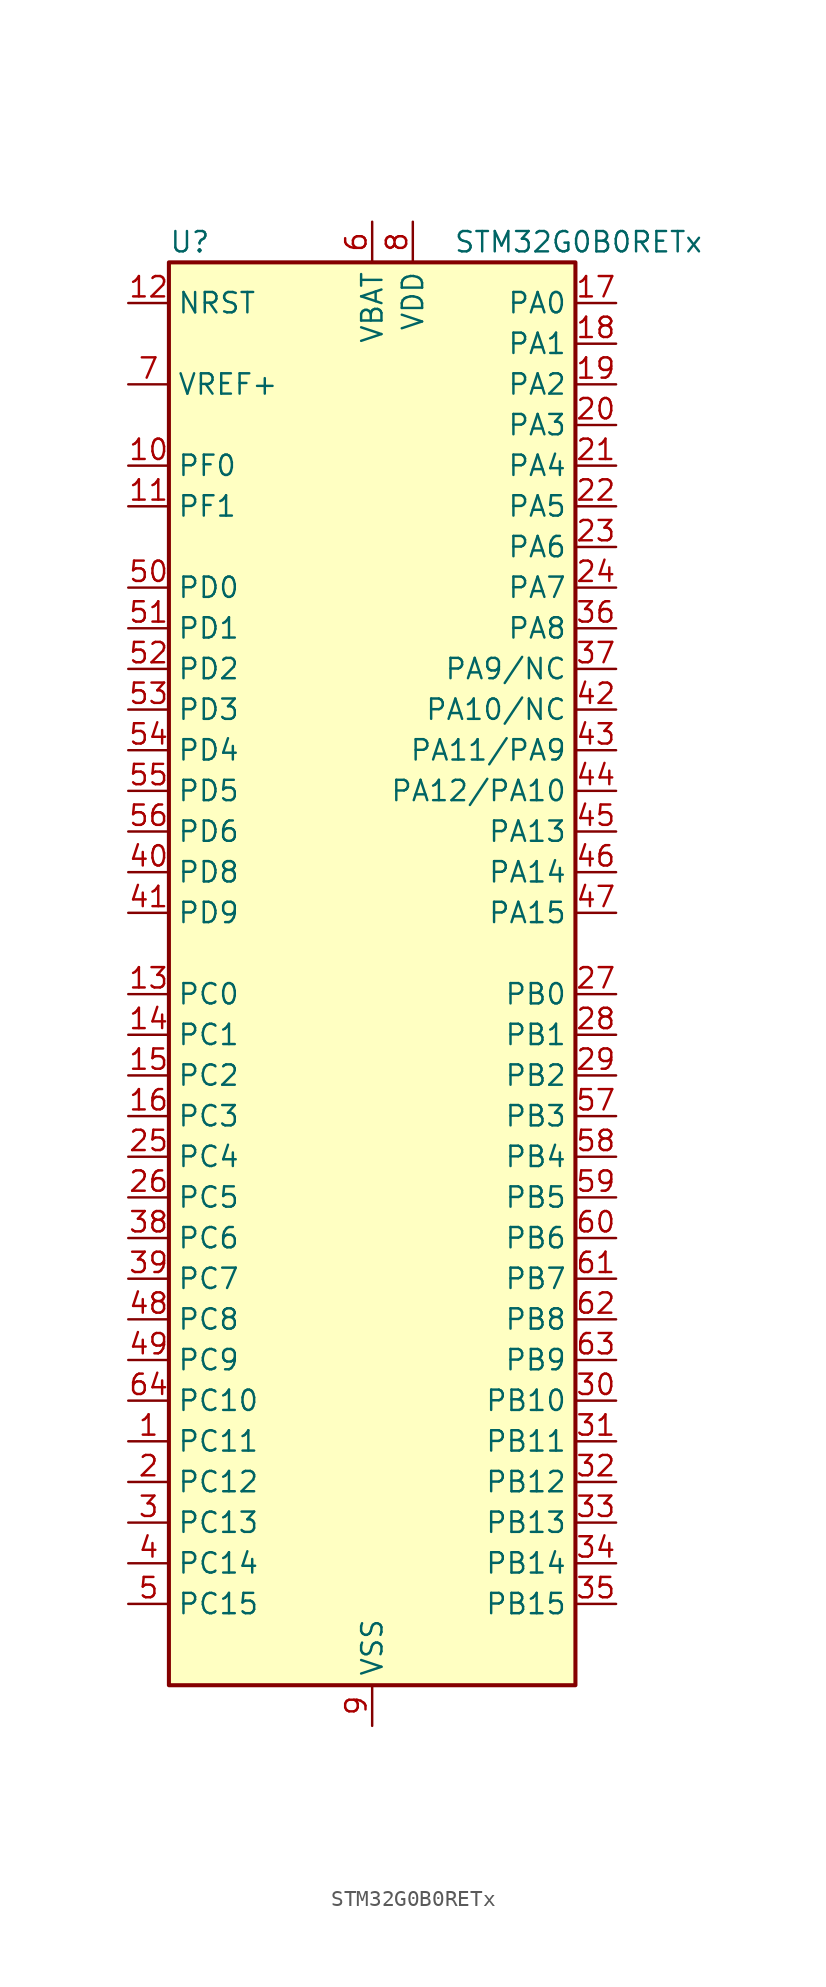
<source format=kicad_sym>
(kicad_symbol_lib
  (version 20231120)
  (generator "kicad_symbol_editor")
  (generator_version "8.0")
  (symbol "STM32G0B0RETx"
    (property "Reference" "U"
      (at -12.7 46.99 0)
      (effects (font (size 1.27 1.27)) (justify left)))
    (property "Value" "STM32G0B0RETx"
      (at 5.08 46.99 0)
      (effects (font (size 1.27 1.27)) (justify left)))
    (property "ki_locked" ""
      (at 0 0 0)
      (effects (font (size 1.27 1.27))))
    (symbol "STM32G0B0RETx_0_1"
      (rectangle (start -12.7 -43.18) (end 12.7 45.72) (stroke (width 0.254) (type default)) (fill (type background))))
    (symbol "STM32G0B0RETx_1_1"
      (pin bidirectional line (at -15.24 -27.94 0) (length 2.54) (name "PC11" (effects (font (size 1.27 1.27)))) (number "1" (effects (font (size 1.27 1.27)))) (alternate "ADC1_EXTI11" bidirectional line) (alternate "SPI3_MISO" bidirectional line) (alternate "TIM1_CH4" bidirectional line) (alternate "USART3_RX" bidirectional line) (alternate "USART4_RX" bidirectional line))
      (pin bidirectional line (at -15.24 33.02 0) (length 2.54) (name "PF0" (effects (font (size 1.27 1.27)))) (number "10" (effects (font (size 1.27 1.27)))) (alternate "CRS1_SYNC" bidirectional line) (alternate "RCC_OSC_IN" bidirectional line) (alternate "TIM14_CH1" bidirectional line))
      (pin bidirectional line (at -15.24 30.48 0) (length 2.54) (name "PF1" (effects (font (size 1.27 1.27)))) (number "11" (effects (font (size 1.27 1.27)))) (alternate "RCC_OSC_EN" bidirectional line) (alternate "RCC_OSC_OUT" bidirectional line) (alternate "TIM15_CH1N" bidirectional line))
      (pin input line (at -15.24 43.18 0) (length 2.54) (name "NRST" (effects (font (size 1.27 1.27)))) (number "12" (effects (font (size 1.27 1.27)))))
      (pin bidirectional line (at -15.24 0 0) (length 2.54) (name "PC0" (effects (font (size 1.27 1.27)))) (number "13" (effects (font (size 1.27 1.27)))) (alternate "I2C3_SCL" bidirectional line) (alternate "USART6_TX" bidirectional line))
      (pin bidirectional line (at -15.24 -2.54 0) (length 2.54) (name "PC1" (effects (font (size 1.27 1.27)))) (number "14" (effects (font (size 1.27 1.27)))) (alternate "I2C3_SDA" bidirectional line) (alternate "TIM15_CH1" bidirectional line) (alternate "USART6_RX" bidirectional line))
      (pin bidirectional line (at -15.24 -5.08 0) (length 2.54) (name "PC2" (effects (font (size 1.27 1.27)))) (number "15" (effects (font (size 1.27 1.27)))) (alternate "I2S2_MCK" bidirectional line) (alternate "SPI2_MISO" bidirectional line) (alternate "TIM15_CH2" bidirectional line))
      (pin bidirectional line (at -15.24 -7.62 0) (length 2.54) (name "PC3" (effects (font (size 1.27 1.27)))) (number "16" (effects (font (size 1.27 1.27)))) (alternate "I2S2_SD" bidirectional line) (alternate "SPI2_MOSI" bidirectional line))
      (pin bidirectional line (at 15.24 43.18 180) (length 2.54) (name "PA0" (effects (font (size 1.27 1.27)))) (number "17" (effects (font (size 1.27 1.27)))) (alternate "ADC1_IN0" bidirectional line) (alternate "I2S2_CK" bidirectional line) (alternate "RTC_TAMP_IN2" bidirectional line) (alternate "SPI2_SCK" bidirectional line) (alternate "SYS_WKUP1" bidirectional line) (alternate "USART2_CTS" bidirectional line) (alternate "USART2_NSS" bidirectional line) (alternate "USART4_TX" bidirectional line))
      (pin bidirectional line (at 15.24 40.64 180) (length 2.54) (name "PA1" (effects (font (size 1.27 1.27)))) (number "18" (effects (font (size 1.27 1.27)))) (alternate "ADC1_IN1" bidirectional line) (alternate "I2C1_SMBA" bidirectional line) (alternate "I2S1_CK" bidirectional line) (alternate "SPI1_SCK" bidirectional line) (alternate "TIM15_CH1N" bidirectional line) (alternate "USART2_CK" bidirectional line) (alternate "USART2_DE" bidirectional line) (alternate "USART2_RTS" bidirectional line) (alternate "USART4_RX" bidirectional line))
      (pin bidirectional line (at 15.24 38.1 180) (length 2.54) (name "PA2" (effects (font (size 1.27 1.27)))) (number "19" (effects (font (size 1.27 1.27)))) (alternate "ADC1_IN2" bidirectional line) (alternate "I2S1_SD" bidirectional line) (alternate "RCC_LSCO" bidirectional line) (alternate "SPI1_MOSI" bidirectional line) (alternate "SYS_WKUP4" bidirectional line) (alternate "TIM15_CH1" bidirectional line) (alternate "USART2_TX" bidirectional line))
      (pin bidirectional line (at -15.24 -30.48 0) (length 2.54) (name "PC12" (effects (font (size 1.27 1.27)))) (number "2" (effects (font (size 1.27 1.27)))) (alternate "SPI3_MOSI" bidirectional line) (alternate "TIM14_CH1" bidirectional line) (alternate "USART5_TX" bidirectional line))
      (pin bidirectional line (at 15.24 35.56 180) (length 2.54) (name "PA3" (effects (font (size 1.27 1.27)))) (number "20" (effects (font (size 1.27 1.27)))) (alternate "ADC1_IN3" bidirectional line) (alternate "I2S2_MCK" bidirectional line) (alternate "SPI2_MISO" bidirectional line) (alternate "TIM15_CH2" bidirectional line) (alternate "USART2_RX" bidirectional line))
      (pin bidirectional line (at 15.24 33.02 180) (length 2.54) (name "PA4" (effects (font (size 1.27 1.27)))) (number "21" (effects (font (size 1.27 1.27)))) (alternate "ADC1_IN4" bidirectional line) (alternate "I2S1_WS" bidirectional line) (alternate "I2S2_SD" bidirectional line) (alternate "RTC_OUT2" bidirectional line) (alternate "SPI1_NSS" bidirectional line) (alternate "SPI2_MOSI" bidirectional line) (alternate "SPI3_NSS" bidirectional line) (alternate "TIM14_CH1" bidirectional line) (alternate "USART6_TX" bidirectional line) (alternate "USB_NOE" bidirectional line))
      (pin bidirectional line (at 15.24 30.48 180) (length 2.54) (name "PA5" (effects (font (size 1.27 1.27)))) (number "22" (effects (font (size 1.27 1.27)))) (alternate "ADC1_IN5" bidirectional line) (alternate "I2S1_CK" bidirectional line) (alternate "SPI1_SCK" bidirectional line) (alternate "USART3_TX" bidirectional line) (alternate "USART6_RX" bidirectional line))
      (pin bidirectional line (at 15.24 27.94 180) (length 2.54) (name "PA6" (effects (font (size 1.27 1.27)))) (number "23" (effects (font (size 1.27 1.27)))) (alternate "ADC1_IN6" bidirectional line) (alternate "I2C2_SDA" bidirectional line) (alternate "I2C3_SDA" bidirectional line) (alternate "I2S1_MCK" bidirectional line) (alternate "SPI1_MISO" bidirectional line) (alternate "TIM16_CH1" bidirectional line) (alternate "TIM1_BK" bidirectional line) (alternate "TIM3_CH1" bidirectional line) (alternate "USART3_CTS" bidirectional line) (alternate "USART3_NSS" bidirectional line) (alternate "USART6_CTS" bidirectional line) (alternate "USART6_NSS" bidirectional line))
      (pin bidirectional line (at 15.24 25.4 180) (length 2.54) (name "PA7" (effects (font (size 1.27 1.27)))) (number "24" (effects (font (size 1.27 1.27)))) (alternate "ADC1_IN7" bidirectional line) (alternate "I2C2_SCL" bidirectional line) (alternate "I2C3_SCL" bidirectional line) (alternate "I2S1_SD" bidirectional line) (alternate "SPI1_MOSI" bidirectional line) (alternate "TIM14_CH1" bidirectional line) (alternate "TIM17_CH1" bidirectional line) (alternate "TIM1_CH1N" bidirectional line) (alternate "TIM3_CH2" bidirectional line) (alternate "USART6_CK" bidirectional line) (alternate "USART6_DE" bidirectional line) (alternate "USART6_RTS" bidirectional line))
      (pin bidirectional line (at -15.24 -10.16 0) (length 2.54) (name "PC4" (effects (font (size 1.27 1.27)))) (number "25" (effects (font (size 1.27 1.27)))) (alternate "ADC1_IN17" bidirectional line) (alternate "USART1_TX" bidirectional line) (alternate "USART3_TX" bidirectional line))
      (pin bidirectional line (at -15.24 -12.7 0) (length 2.54) (name "PC5" (effects (font (size 1.27 1.27)))) (number "26" (effects (font (size 1.27 1.27)))) (alternate "ADC1_IN18" bidirectional line) (alternate "SYS_WKUP5" bidirectional line) (alternate "USART1_RX" bidirectional line) (alternate "USART3_RX" bidirectional line))
      (pin bidirectional line (at 15.24 0 180) (length 2.54) (name "PB0" (effects (font (size 1.27 1.27)))) (number "27" (effects (font (size 1.27 1.27)))) (alternate "ADC1_IN8" bidirectional line) (alternate "I2S1_WS" bidirectional line) (alternate "SPI1_NSS" bidirectional line) (alternate "TIM1_CH2N" bidirectional line) (alternate "TIM3_CH3" bidirectional line) (alternate "USART3_RX" bidirectional line) (alternate "USART5_TX" bidirectional line))
      (pin bidirectional line (at 15.24 -2.54 180) (length 2.54) (name "PB1" (effects (font (size 1.27 1.27)))) (number "28" (effects (font (size 1.27 1.27)))) (alternate "ADC1_IN9" bidirectional line) (alternate "TIM14_CH1" bidirectional line) (alternate "TIM1_CH3N" bidirectional line) (alternate "TIM3_CH4" bidirectional line) (alternate "USART3_CK" bidirectional line) (alternate "USART3_DE" bidirectional line) (alternate "USART3_RTS" bidirectional line) (alternate "USART5_RX" bidirectional line))
      (pin bidirectional line (at 15.24 -5.08 180) (length 2.54) (name "PB2" (effects (font (size 1.27 1.27)))) (number "29" (effects (font (size 1.27 1.27)))) (alternate "ADC1_IN10" bidirectional line) (alternate "I2S2_MCK" bidirectional line) (alternate "RCC_MCO_2" bidirectional line) (alternate "SPI2_MISO" bidirectional line) (alternate "USART3_TX" bidirectional line))
      (pin bidirectional line (at -15.24 -33.02 0) (length 2.54) (name "PC13" (effects (font (size 1.27 1.27)))) (number "3" (effects (font (size 1.27 1.27)))) (alternate "RTC_OUT1" bidirectional line) (alternate "RTC_TAMP_IN1" bidirectional line) (alternate "RTC_TS" bidirectional line) (alternate "SYS_WKUP2" bidirectional line) (alternate "TIM1_BK" bidirectional line))
      (pin bidirectional line (at 15.24 -25.4 180) (length 2.54) (name "PB10" (effects (font (size 1.27 1.27)))) (number "30" (effects (font (size 1.27 1.27)))) (alternate "ADC1_IN11" bidirectional line) (alternate "I2C2_SCL" bidirectional line) (alternate "I2S2_CK" bidirectional line) (alternate "SPI2_SCK" bidirectional line) (alternate "USART3_TX" bidirectional line))
      (pin bidirectional line (at 15.24 -27.94 180) (length 2.54) (name "PB11" (effects (font (size 1.27 1.27)))) (number "31" (effects (font (size 1.27 1.27)))) (alternate "ADC1_EXTI11" bidirectional line) (alternate "ADC1_IN15" bidirectional line) (alternate "I2C2_SDA" bidirectional line) (alternate "I2S2_SD" bidirectional line) (alternate "SPI2_MOSI" bidirectional line) (alternate "USART3_RX" bidirectional line))
      (pin bidirectional line (at 15.24 -30.48 180) (length 2.54) (name "PB12" (effects (font (size 1.27 1.27)))) (number "32" (effects (font (size 1.27 1.27)))) (alternate "ADC1_IN16" bidirectional line) (alternate "I2C2_SMBA" bidirectional line) (alternate "I2S2_WS" bidirectional line) (alternate "SPI2_NSS" bidirectional line) (alternate "TIM15_BK" bidirectional line) (alternate "TIM1_BK" bidirectional line))
      (pin bidirectional line (at 15.24 -33.02 180) (length 2.54) (name "PB13" (effects (font (size 1.27 1.27)))) (number "33" (effects (font (size 1.27 1.27)))) (alternate "I2C2_SCL" bidirectional line) (alternate "I2S2_CK" bidirectional line) (alternate "SPI2_SCK" bidirectional line) (alternate "TIM15_CH1N" bidirectional line) (alternate "TIM1_CH1N" bidirectional line) (alternate "USART3_CTS" bidirectional line) (alternate "USART3_NSS" bidirectional line))
      (pin bidirectional line (at 15.24 -35.56 180) (length 2.54) (name "PB14" (effects (font (size 1.27 1.27)))) (number "34" (effects (font (size 1.27 1.27)))) (alternate "I2C2_SDA" bidirectional line) (alternate "I2S2_MCK" bidirectional line) (alternate "SPI2_MISO" bidirectional line) (alternate "TIM15_CH1" bidirectional line) (alternate "TIM1_CH2N" bidirectional line) (alternate "USART3_CK" bidirectional line) (alternate "USART3_DE" bidirectional line) (alternate "USART3_RTS" bidirectional line) (alternate "USART6_CK" bidirectional line) (alternate "USART6_DE" bidirectional line) (alternate "USART6_RTS" bidirectional line))
      (pin bidirectional line (at 15.24 -38.1 180) (length 2.54) (name "PB15" (effects (font (size 1.27 1.27)))) (number "35" (effects (font (size 1.27 1.27)))) (alternate "I2S2_SD" bidirectional line) (alternate "RTC_REFIN" bidirectional line) (alternate "SPI2_MOSI" bidirectional line) (alternate "TIM15_CH1N" bidirectional line) (alternate "TIM15_CH2" bidirectional line) (alternate "TIM1_CH3N" bidirectional line) (alternate "USART6_CTS" bidirectional line) (alternate "USART6_NSS" bidirectional line))
      (pin bidirectional line (at 15.24 22.86 180) (length 2.54) (name "PA8" (effects (font (size 1.27 1.27)))) (number "36" (effects (font (size 1.27 1.27)))) (alternate "CRS1_SYNC" bidirectional line) (alternate "I2C2_SMBA" bidirectional line) (alternate "I2S2_WS" bidirectional line) (alternate "RCC_MCO" bidirectional line) (alternate "SPI2_NSS" bidirectional line) (alternate "TIM1_CH1" bidirectional line))
      (pin bidirectional line (at 15.24 20.32 180) (length 2.54) (name "PA9/NC" (effects (font (size 1.27 1.27)))) (number "37" (effects (font (size 1.27 1.27)))) (alternate "I2C1_SCL" bidirectional line) (alternate "I2C2_SCL" bidirectional line) (alternate "I2S2_MCK" bidirectional line) (alternate "RCC_MCO" bidirectional line) (alternate "SPI2_MISO" bidirectional line) (alternate "TIM15_BK" bidirectional line) (alternate "TIM1_CH2" bidirectional line) (alternate "USART1_TX" bidirectional line))
      (pin bidirectional line (at -15.24 -15.24 0) (length 2.54) (name "PC6" (effects (font (size 1.27 1.27)))) (number "38" (effects (font (size 1.27 1.27)))) (alternate "TIM3_CH1" bidirectional line))
      (pin bidirectional line (at -15.24 -17.78 0) (length 2.54) (name "PC7" (effects (font (size 1.27 1.27)))) (number "39" (effects (font (size 1.27 1.27)))) (alternate "TIM3_CH2" bidirectional line))
      (pin bidirectional line (at -15.24 -35.56 0) (length 2.54) (name "PC14" (effects (font (size 1.27 1.27)))) (number "4" (effects (font (size 1.27 1.27)))) (alternate "RCC_OSC32_IN" bidirectional line) (alternate "TIM1_BK2" bidirectional line))
      (pin bidirectional line (at -15.24 7.62 0) (length 2.54) (name "PD8" (effects (font (size 1.27 1.27)))) (number "40" (effects (font (size 1.27 1.27)))) (alternate "I2S1_CK" bidirectional line) (alternate "SPI1_SCK" bidirectional line) (alternate "USART3_TX" bidirectional line))
      (pin bidirectional line (at -15.24 5.08 0) (length 2.54) (name "PD9" (effects (font (size 1.27 1.27)))) (number "41" (effects (font (size 1.27 1.27)))) (alternate "I2S1_WS" bidirectional line) (alternate "SPI1_NSS" bidirectional line) (alternate "TIM1_BK2" bidirectional line) (alternate "USART3_RX" bidirectional line))
      (pin bidirectional line (at 15.24 17.78 180) (length 2.54) (name "PA10/NC" (effects (font (size 1.27 1.27)))) (number "42" (effects (font (size 1.27 1.27)))) (alternate "I2C1_SDA" bidirectional line) (alternate "I2C2_SDA" bidirectional line) (alternate "I2S2_SD" bidirectional line) (alternate "RCC_MCO_2" bidirectional line) (alternate "SPI2_MOSI" bidirectional line) (alternate "TIM17_BK" bidirectional line) (alternate "TIM1_CH3" bidirectional line) (alternate "USART1_RX" bidirectional line))
      (pin bidirectional line (at 15.24 15.24 180) (length 2.54) (name "PA11/PA9" (effects (font (size 1.27 1.27)))) (number "43" (effects (font (size 1.27 1.27)))) (alternate "ADC1_EXTI11" bidirectional line) (alternate "I2C2_SCL" bidirectional line) (alternate "I2S1_MCK" bidirectional line) (alternate "SPI1_MISO" bidirectional line) (alternate "TIM1_BK2" bidirectional line) (alternate "TIM1_CH4" bidirectional line) (alternate "USART1_CTS" bidirectional line) (alternate "USART1_NSS" bidirectional line) (alternate "USB_DM" bidirectional line))
      (pin bidirectional line (at 15.24 12.7 180) (length 2.54) (name "PA12/PA10" (effects (font (size 1.27 1.27)))) (number "44" (effects (font (size 1.27 1.27)))) (alternate "I2C2_SDA" bidirectional line) (alternate "I2S1_SD" bidirectional line) (alternate "I2S_CKIN" bidirectional line) (alternate "SPI1_MOSI" bidirectional line) (alternate "TIM1_ETR" bidirectional line) (alternate "USART1_CK" bidirectional line) (alternate "USART1_DE" bidirectional line) (alternate "USART1_RTS" bidirectional line) (alternate "USB_DP" bidirectional line))
      (pin bidirectional line (at 15.24 10.16 180) (length 2.54) (name "PA13" (effects (font (size 1.27 1.27)))) (number "45" (effects (font (size 1.27 1.27)))) (alternate "IR_OUT" bidirectional line) (alternate "SYS_SWDIO" bidirectional line) (alternate "USB_NOE" bidirectional line))
      (pin bidirectional line (at 15.24 7.62 180) (length 2.54) (name "PA14" (effects (font (size 1.27 1.27)))) (number "46" (effects (font (size 1.27 1.27)))) (alternate "SYS_SWCLK" bidirectional line) (alternate "USART2_TX" bidirectional line))
      (pin bidirectional line (at 15.24 5.08 180) (length 2.54) (name "PA15" (effects (font (size 1.27 1.27)))) (number "47" (effects (font (size 1.27 1.27)))) (alternate "I2C2_SMBA" bidirectional line) (alternate "I2S1_WS" bidirectional line) (alternate "RCC_MCO_2" bidirectional line) (alternate "SPI1_NSS" bidirectional line) (alternate "SPI3_NSS" bidirectional line) (alternate "USART2_RX" bidirectional line) (alternate "USART3_CK" bidirectional line) (alternate "USART3_DE" bidirectional line) (alternate "USART3_RTS" bidirectional line) (alternate "USART4_CK" bidirectional line) (alternate "USART4_DE" bidirectional line) (alternate "USART4_RTS" bidirectional line) (alternate "USB_NOE" bidirectional line))
      (pin bidirectional line (at -15.24 -20.32 0) (length 2.54) (name "PC8" (effects (font (size 1.27 1.27)))) (number "48" (effects (font (size 1.27 1.27)))) (alternate "TIM1_CH1" bidirectional line) (alternate "TIM3_CH3" bidirectional line))
      (pin bidirectional line (at -15.24 -22.86 0) (length 2.54) (name "PC9" (effects (font (size 1.27 1.27)))) (number "49" (effects (font (size 1.27 1.27)))) (alternate "I2S_CKIN" bidirectional line) (alternate "TIM1_CH2" bidirectional line) (alternate "TIM3_CH4" bidirectional line) (alternate "USB_NOE" bidirectional line))
      (pin bidirectional line (at -15.24 -38.1 0) (length 2.54) (name "PC15" (effects (font (size 1.27 1.27)))) (number "5" (effects (font (size 1.27 1.27)))) (alternate "RCC_OSC32_EN" bidirectional line) (alternate "RCC_OSC32_OUT" bidirectional line) (alternate "RCC_OSC_EN" bidirectional line) (alternate "TIM15_BK" bidirectional line))
      (pin bidirectional line (at -15.24 25.4 0) (length 2.54) (name "PD0" (effects (font (size 1.27 1.27)))) (number "50" (effects (font (size 1.27 1.27)))) (alternate "I2S2_WS" bidirectional line) (alternate "SPI2_NSS" bidirectional line) (alternate "TIM16_CH1" bidirectional line))
      (pin bidirectional line (at -15.24 22.86 0) (length 2.54) (name "PD1" (effects (font (size 1.27 1.27)))) (number "51" (effects (font (size 1.27 1.27)))) (alternate "I2S2_CK" bidirectional line) (alternate "SPI2_SCK" bidirectional line) (alternate "TIM17_CH1" bidirectional line))
      (pin bidirectional line (at -15.24 20.32 0) (length 2.54) (name "PD2" (effects (font (size 1.27 1.27)))) (number "52" (effects (font (size 1.27 1.27)))) (alternate "TIM1_CH1N" bidirectional line) (alternate "TIM3_ETR" bidirectional line) (alternate "USART3_CK" bidirectional line) (alternate "USART3_DE" bidirectional line) (alternate "USART3_RTS" bidirectional line) (alternate "USART5_RX" bidirectional line))
      (pin bidirectional line (at -15.24 17.78 0) (length 2.54) (name "PD3" (effects (font (size 1.27 1.27)))) (number "53" (effects (font (size 1.27 1.27)))) (alternate "I2S2_MCK" bidirectional line) (alternate "SPI2_MISO" bidirectional line) (alternate "TIM1_CH2N" bidirectional line) (alternate "USART2_CTS" bidirectional line) (alternate "USART2_NSS" bidirectional line) (alternate "USART5_TX" bidirectional line))
      (pin bidirectional line (at -15.24 15.24 0) (length 2.54) (name "PD4" (effects (font (size 1.27 1.27)))) (number "54" (effects (font (size 1.27 1.27)))) (alternate "I2S2_SD" bidirectional line) (alternate "SPI2_MOSI" bidirectional line) (alternate "TIM1_CH3N" bidirectional line) (alternate "USART2_CK" bidirectional line) (alternate "USART2_DE" bidirectional line) (alternate "USART2_RTS" bidirectional line) (alternate "USART5_CK" bidirectional line) (alternate "USART5_DE" bidirectional line) (alternate "USART5_RTS" bidirectional line))
      (pin bidirectional line (at -15.24 12.7 0) (length 2.54) (name "PD5" (effects (font (size 1.27 1.27)))) (number "55" (effects (font (size 1.27 1.27)))) (alternate "I2S1_MCK" bidirectional line) (alternate "SPI1_MISO" bidirectional line) (alternate "TIM1_BK" bidirectional line) (alternate "USART2_TX" bidirectional line) (alternate "USART5_CTS" bidirectional line) (alternate "USART5_NSS" bidirectional line))
      (pin bidirectional line (at -15.24 10.16 0) (length 2.54) (name "PD6" (effects (font (size 1.27 1.27)))) (number "56" (effects (font (size 1.27 1.27)))) (alternate "I2S1_SD" bidirectional line) (alternate "SPI1_MOSI" bidirectional line) (alternate "USART2_RX" bidirectional line))
      (pin bidirectional line (at 15.24 -7.62 180) (length 2.54) (name "PB3" (effects (font (size 1.27 1.27)))) (number "57" (effects (font (size 1.27 1.27)))) (alternate "I2C2_SCL" bidirectional line) (alternate "I2C3_SCL" bidirectional line) (alternate "I2S1_CK" bidirectional line) (alternate "SPI1_SCK" bidirectional line) (alternate "SPI3_SCK" bidirectional line) (alternate "TIM1_CH2" bidirectional line) (alternate "USART1_CK" bidirectional line) (alternate "USART1_DE" bidirectional line) (alternate "USART1_RTS" bidirectional line) (alternate "USART5_TX" bidirectional line))
      (pin bidirectional line (at 15.24 -10.16 180) (length 2.54) (name "PB4" (effects (font (size 1.27 1.27)))) (number "58" (effects (font (size 1.27 1.27)))) (alternate "I2C2_SDA" bidirectional line) (alternate "I2C3_SDA" bidirectional line) (alternate "I2S1_MCK" bidirectional line) (alternate "SPI1_MISO" bidirectional line) (alternate "SPI3_MISO" bidirectional line) (alternate "TIM17_BK" bidirectional line) (alternate "TIM3_CH1" bidirectional line) (alternate "USART1_CTS" bidirectional line) (alternate "USART1_NSS" bidirectional line) (alternate "USART5_RX" bidirectional line))
      (pin bidirectional line (at 15.24 -12.7 180) (length 2.54) (name "PB5" (effects (font (size 1.27 1.27)))) (number "59" (effects (font (size 1.27 1.27)))) (alternate "I2C1_SMBA" bidirectional line) (alternate "I2S1_SD" bidirectional line) (alternate "SPI1_MOSI" bidirectional line) (alternate "SPI3_MOSI" bidirectional line) (alternate "SYS_WKUP6" bidirectional line) (alternate "TIM16_BK" bidirectional line) (alternate "TIM3_CH2" bidirectional line) (alternate "USART5_CK" bidirectional line) (alternate "USART5_DE" bidirectional line) (alternate "USART5_RTS" bidirectional line))
      (pin power_in line (at 0 48.26 270) (length 2.54) (name "VBAT" (effects (font (size 1.27 1.27)))) (number "6" (effects (font (size 1.27 1.27)))))
      (pin bidirectional line (at 15.24 -15.24 180) (length 2.54) (name "PB6" (effects (font (size 1.27 1.27)))) (number "60" (effects (font (size 1.27 1.27)))) (alternate "I2C1_SCL" bidirectional line) (alternate "I2S2_MCK" bidirectional line) (alternate "SPI2_MISO" bidirectional line) (alternate "TIM16_CH1N" bidirectional line) (alternate "TIM1_CH3" bidirectional line) (alternate "TIM4_CH1" bidirectional line) (alternate "USART1_TX" bidirectional line) (alternate "USART5_CTS" bidirectional line) (alternate "USART5_NSS" bidirectional line))
      (pin bidirectional line (at 15.24 -17.78 180) (length 2.54) (name "PB7" (effects (font (size 1.27 1.27)))) (number "61" (effects (font (size 1.27 1.27)))) (alternate "I2C1_SDA" bidirectional line) (alternate "I2S2_SD" bidirectional line) (alternate "SPI2_MOSI" bidirectional line) (alternate "TIM17_CH1N" bidirectional line) (alternate "TIM4_CH2" bidirectional line) (alternate "USART1_RX" bidirectional line) (alternate "USART4_CTS" bidirectional line) (alternate "USART4_NSS" bidirectional line))
      (pin bidirectional line (at 15.24 -20.32 180) (length 2.54) (name "PB8" (effects (font (size 1.27 1.27)))) (number "62" (effects (font (size 1.27 1.27)))) (alternate "I2C1_SCL" bidirectional line) (alternate "I2S2_CK" bidirectional line) (alternate "SPI2_SCK" bidirectional line) (alternate "TIM15_BK" bidirectional line) (alternate "TIM16_CH1" bidirectional line) (alternate "TIM4_CH3" bidirectional line) (alternate "USART3_TX" bidirectional line) (alternate "USART6_TX" bidirectional line))
      (pin bidirectional line (at 15.24 -22.86 180) (length 2.54) (name "PB9" (effects (font (size 1.27 1.27)))) (number "63" (effects (font (size 1.27 1.27)))) (alternate "I2C1_SDA" bidirectional line) (alternate "I2S2_WS" bidirectional line) (alternate "IR_OUT" bidirectional line) (alternate "SPI2_NSS" bidirectional line) (alternate "TIM17_CH1" bidirectional line) (alternate "TIM4_CH4" bidirectional line) (alternate "USART3_RX" bidirectional line) (alternate "USART6_RX" bidirectional line))
      (pin bidirectional line (at -15.24 -25.4 0) (length 2.54) (name "PC10" (effects (font (size 1.27 1.27)))) (number "64" (effects (font (size 1.27 1.27)))) (alternate "SPI3_SCK" bidirectional line) (alternate "TIM1_CH3" bidirectional line) (alternate "USART3_TX" bidirectional line) (alternate "USART4_TX" bidirectional line))
      (pin input line (at -15.24 38.1 0) (length 2.54) (name "VREF+" (effects (font (size 1.27 1.27)))) (number "7" (effects (font (size 1.27 1.27)))))
      (pin power_in line (at 2.54 48.26 270) (length 2.54) (name "VDD" (effects (font (size 1.27 1.27)))) (number "8" (effects (font (size 1.27 1.27)))))
      (pin power_in line (at 0 -45.72 90) (length 2.54) (name "VSS" (effects (font (size 1.27 1.27)))) (number "9" (effects (font (size 1.27 1.27))))))))
</source>
